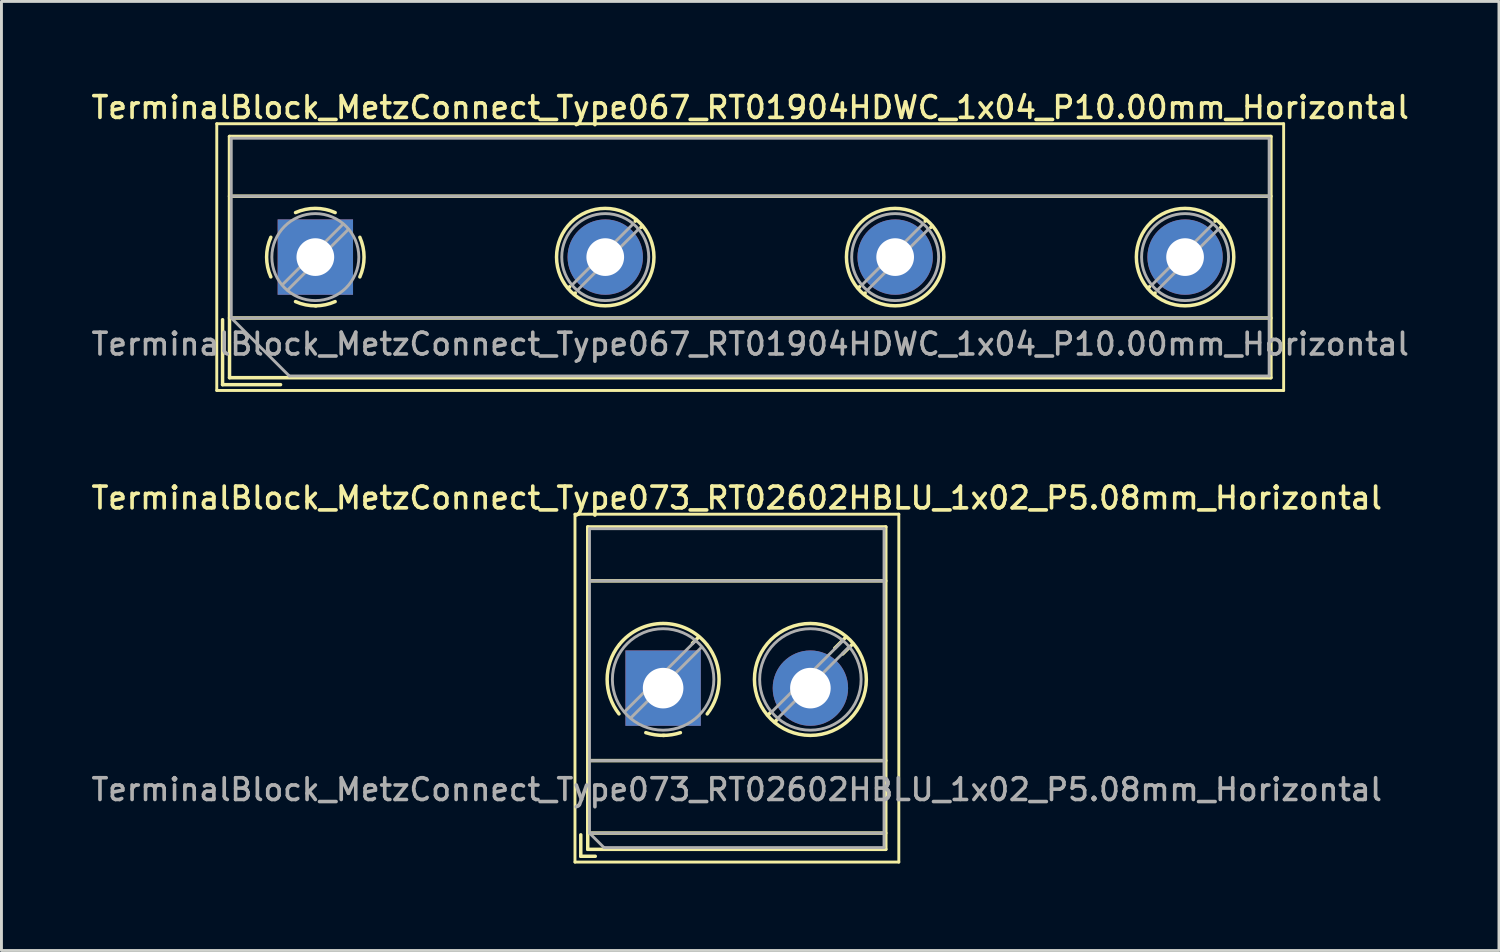
<source format=kicad_pcb>
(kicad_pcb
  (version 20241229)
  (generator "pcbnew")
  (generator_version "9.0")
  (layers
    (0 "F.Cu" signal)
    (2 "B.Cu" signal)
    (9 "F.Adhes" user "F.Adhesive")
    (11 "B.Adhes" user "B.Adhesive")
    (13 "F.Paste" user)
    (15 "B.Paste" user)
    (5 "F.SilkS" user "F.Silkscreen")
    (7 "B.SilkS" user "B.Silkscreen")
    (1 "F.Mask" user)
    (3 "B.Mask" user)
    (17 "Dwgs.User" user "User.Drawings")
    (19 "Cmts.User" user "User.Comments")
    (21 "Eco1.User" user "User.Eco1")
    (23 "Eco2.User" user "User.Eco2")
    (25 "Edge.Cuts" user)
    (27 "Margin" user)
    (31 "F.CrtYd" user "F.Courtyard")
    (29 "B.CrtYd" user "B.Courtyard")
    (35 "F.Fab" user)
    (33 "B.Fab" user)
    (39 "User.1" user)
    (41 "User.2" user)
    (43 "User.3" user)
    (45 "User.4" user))
  (footprint "TerminalBlock_MetzConnect_Type073_RT02602HBLU_1x02_P5.08mm_Horizontal"
    (layer "F.Cu")
    (at 19.823 20.686)
    (property "Reference" "TerminalBlock_MetzConnect_Type073_RT02602HBLU_1x02_P5.08mm_Horizontal" (at 2.54 -6.56 0) (layer "F.SilkS") (effects (font (size 0.75 0.75) (thickness 0.125))))
    (attr through_hole)
    (fp_line (start -3.04 -6) (end -3.04 6) (stroke (width 0.1) (type solid)) (layer "F.SilkS"))
    (fp_line (start -3.04 6) (end 8.13 6) (stroke (width 0.1) (type solid)) (layer "F.SilkS"))
    (fp_line (start -2.84 5.06) (end -2.84 5.8) (stroke (width 0.12) (type solid)) (layer "F.SilkS"))
    (fp_line (start -2.84 5.8) (end -2.34 5.8) (stroke (width 0.12) (type solid)) (layer "F.SilkS"))
    (fp_line (start -2.6 -5.56) (end -2.6 5.56) (stroke (width 0.12) (type solid)) (layer "F.SilkS"))
    (fp_line (start -2.6 -5.56) (end 7.68 -5.56) (stroke (width 0.12) (type solid)) (layer "F.SilkS"))
    (fp_line (start -2.6 -3.7) (end 7.68 -3.7) (stroke (width 0.12) (type solid)) (layer "F.SilkS"))
    (fp_line (start -2.6 2.5) (end 7.68 2.5) (stroke (width 0.12) (type solid)) (layer "F.SilkS"))
    (fp_line (start -2.6 5) (end 7.68 5) (stroke (width 0.12) (type solid)) (layer "F.SilkS"))
    (fp_line (start -2.6 5.56) (end 7.68 5.56) (stroke (width 0.12) (type solid)) (layer "F.SilkS"))
    (fp_line (start 1.229 -1.764) (end 1.013 -1.549) (stroke (width 0.12) (type solid)) (layer "F.SilkS"))
    (fp_line (start 3.724 0.821) (end 3.617 0.928) (stroke (width 0.12) (type solid)) (layer "F.SilkS"))
    (fp_line (start 3.933 1.083) (end 3.852 1.164) (stroke (width 0.12) (type solid)) (layer "F.SilkS"))
    (fp_line (start 6.309 -1.764) (end 5.918 -1.374) (stroke (width 0.12) (type solid)) (layer "F.SilkS"))
    (fp_line (start 6.544 -1.529) (end 6.194 -1.179) (stroke (width 0.12) (type solid)) (layer "F.SilkS"))
    (fp_line (start 7.68 -5.56) (end 7.68 5.56) (stroke (width 0.12) (type solid)) (layer "F.SilkS"))
    (fp_line (start 8.13 -6) (end -3.04 -6) (stroke (width 0.1) (type solid)) (layer "F.SilkS"))
    (fp_line (start 8.13 6) (end 8.13 -6) (stroke (width 0.1) (type solid)) (layer "F.SilkS"))
    (fp_arc (start -1.521645 0.888175) (mid -1.930586 -0.300524) (end -1.521 -1.489) (stroke (width 0.12) (type solid)) (layer "F.SilkS"))
    (fp_arc (start -1.500317 -1.514609) (mid -0.000252 -2.230344) (end 1.5 -1.515) (stroke (width 0.12) (type solid)) (layer "F.SilkS"))
    (fp_arc (start 0.033269 1.630336) (mid -0.285785 1.609354) (end -0.597 1.536) (stroke (width 0.12) (type solid)) (layer "F.SilkS"))
    (fp_arc (start 0.596403 1.535539) (mid 0.301919 1.606238) (end 0 1.63) (stroke (width 0.12) (type solid)) (layer "F.SilkS"))
    (fp_arc (start 1.521645 -1.488175) (mid 1.930586 -0.299476) (end 1.521 0.889) (stroke (width 0.12) (type solid)) (layer "F.SilkS"))
    (fp_arc (start 5.08 1.63) (mid 5.08 -2.23) (end 5.08 1.63) (stroke (width 0.12) (type solid)) (layer "F.SilkS"))
    (fp_line (start -2.54 -5.5) (end 7.62 -5.5) (stroke (width 0.1) (type solid)) (layer "F.Fab"))
    (fp_line (start -2.54 -3.7) (end 7.62 -3.7) (stroke (width 0.1) (type solid)) (layer "F.Fab"))
    (fp_line (start -2.54 2.5) (end 7.62 2.5) (stroke (width 0.1) (type solid)) (layer "F.Fab"))
    (fp_line (start -2.54 5) (end -2.54 -5.5) (stroke (width 0.1) (type solid)) (layer "F.Fab"))
    (fp_line (start -2.54 5) (end 7.62 5) (stroke (width 0.1) (type solid)) (layer "F.Fab"))
    (fp_line (start -2.04 5.5) (end -2.54 5) (stroke (width 0.1) (type solid)) (layer "F.Fab"))
    (fp_line (start 1.114 -1.628) (end -1.328 0.814) (stroke (width 0.1) (type solid)) (layer "F.Fab"))
    (fp_line (start 1.328 -1.414) (end -1.114 1.027) (stroke (width 0.1) (type solid)) (layer "F.Fab"))
    (fp_line (start 6.194 -1.628) (end 3.753 0.814) (stroke (width 0.1) (type solid)) (layer "F.Fab"))
    (fp_line (start 6.408 -1.414) (end 3.967 1.027) (stroke (width 0.1) (type solid)) (layer "F.Fab"))
    (fp_line (start 7.62 -5.5) (end 7.62 5.5) (stroke (width 0.1) (type solid)) (layer "F.Fab"))
    (fp_line (start 7.62 5.5) (end -2.04 5.5) (stroke (width 0.1) (type solid)) (layer "F.Fab"))
    (fp_circle (center 0 -0.3) (end 1.75 -0.3) (stroke (width 0.1) (type solid)) (fill no) (layer "F.Fab"))
    (fp_circle (center 5.08 -0.3) (end 6.83 -0.3) (stroke (width 0.1) (type solid)) (fill no) (layer "F.Fab"))
    (fp_text user "${REFERENCE}" (at 2.54 3.5 0) (layer "F.Fab") (effects (font (size 0.75 0.75) (thickness 0.125))))
    (pad "1" thru_hole rect (at 0 0) (size 2.6 2.6) (drill 1.4) (layers "*.Cu" "*.Mask"))
    (pad "2" thru_hole circle (at 5.08 0) (size 2.6 2.6) (drill 1.4) (layers "*.Cu" "*.Mask")))
  (footprint "TerminalBlock_MetzConnect_Type067_RT01904HDWC_1x04_P10.00mm_Horizontal"
    (layer "F.Cu")
    (at 7.827 5.818)
    (property "Reference" "TerminalBlock_MetzConnect_Type067_RT01904HDWC_1x04_P10.00mm_Horizontal" (at 15 -5.16 0) (layer "F.SilkS") (effects (font (size 0.75 0.75) (thickness 0.125))))
    (attr through_hole)
    (fp_line (start -3.4 -4.6) (end -3.4 4.6) (stroke (width 0.1) (type solid)) (layer "F.SilkS"))
    (fp_line (start -3.4 4.6) (end 33.4 4.6) (stroke (width 0.1) (type solid)) (layer "F.SilkS"))
    (fp_line (start -3.2 2.16) (end -3.2 4.4) (stroke (width 0.12) (type solid)) (layer "F.SilkS"))
    (fp_line (start -3.2 4.4) (end -1.2 4.4) (stroke (width 0.12) (type solid)) (layer "F.SilkS"))
    (fp_line (start -2.96 -4.16) (end -2.96 4.16) (stroke (width 0.12) (type solid)) (layer "F.SilkS"))
    (fp_line (start -2.96 -4.16) (end 32.96 -4.16) (stroke (width 0.12) (type solid)) (layer "F.SilkS"))
    (fp_line (start -2.96 -2.1) (end 32.96 -2.1) (stroke (width 0.12) (type solid)) (layer "F.SilkS"))
    (fp_line (start -2.96 2.1) (end 32.96 2.1) (stroke (width 0.12) (type solid)) (layer "F.SilkS"))
    (fp_line (start -2.96 4.16) (end 32.96 4.16) (stroke (width 0.12) (type solid)) (layer "F.SilkS"))
    (fp_line (start 8.773 1.023) (end 8.726 1.069) (stroke (width 0.12) (type solid)) (layer "F.SilkS"))
    (fp_line (start 8.966 1.239) (end 8.931 1.274) (stroke (width 0.12) (type solid)) (layer "F.SilkS"))
    (fp_line (start 11.07 -1.275) (end 11.035 -1.239) (stroke (width 0.12) (type solid)) (layer "F.SilkS"))
    (fp_line (start 11.275 -1.069) (end 11.228 -1.023) (stroke (width 0.12) (type solid)) (layer "F.SilkS"))
    (fp_line (start 18.773 1.023) (end 18.726 1.069) (stroke (width 0.12) (type solid)) (layer "F.SilkS"))
    (fp_line (start 18.966 1.239) (end 18.931 1.274) (stroke (width 0.12) (type solid)) (layer "F.SilkS"))
    (fp_line (start 21.07 -1.275) (end 21.035 -1.239) (stroke (width 0.12) (type solid)) (layer "F.SilkS"))
    (fp_line (start 21.275 -1.069) (end 21.228 -1.023) (stroke (width 0.12) (type solid)) (layer "F.SilkS"))
    (fp_line (start 28.773 1.023) (end 28.726 1.069) (stroke (width 0.12) (type solid)) (layer "F.SilkS"))
    (fp_line (start 28.966 1.239) (end 28.931 1.274) (stroke (width 0.12) (type solid)) (layer "F.SilkS"))
    (fp_line (start 31.07 -1.275) (end 31.035 -1.239) (stroke (width 0.12) (type solid)) (layer "F.SilkS"))
    (fp_line (start 31.275 -1.069) (end 31.228 -1.023) (stroke (width 0.12) (type solid)) (layer "F.SilkS"))
    (fp_line (start 32.96 -4.16) (end 32.96 4.16) (stroke (width 0.12) (type solid)) (layer "F.SilkS"))
    (fp_line (start 33.4 -4.6) (end -3.4 -4.6) (stroke (width 0.1) (type solid)) (layer "F.SilkS"))
    (fp_line (start 33.4 4.6) (end 33.4 -4.6) (stroke (width 0.1) (type solid)) (layer "F.SilkS"))
    (fp_arc (start -1.535427 0.683042) (mid -1.680501 -0.000524) (end -1.535 -0.684) (stroke (width 0.12) (type solid)) (layer "F.SilkS"))
    (fp_arc (start -0.683042 -1.535427) (mid 0.000524 -1.680501) (end 0.684 -1.535) (stroke (width 0.12) (type solid)) (layer "F.SilkS"))
    (fp_arc (start 0.028805 1.680253) (mid -0.335551 1.646659) (end -0.684 1.535) (stroke (width 0.12) (type solid)) (layer "F.SilkS"))
    (fp_arc (start 0.683318 1.534756) (mid 0.349292 1.643288) (end 0 1.68) (stroke (width 0.12) (type solid)) (layer "F.SilkS"))
    (fp_arc (start 1.535427 -0.683042) (mid 1.680501 0.000524) (end 1.535 0.684) (stroke (width 0.12) (type solid)) (layer "F.SilkS"))
    (fp_circle (center 10 0) (end 11.68 0) (stroke (width 0.12) (type solid)) (fill no) (layer "F.SilkS"))
    (fp_circle (center 20 0) (end 21.68 0) (stroke (width 0.12) (type solid)) (fill no) (layer "F.SilkS"))
    (fp_circle (center 30 0) (end 31.68 0) (stroke (width 0.12) (type solid)) (fill no) (layer "F.SilkS"))
    (fp_line (start -2.9 -4.1) (end 32.9 -4.1) (stroke (width 0.1) (type solid)) (layer "F.Fab"))
    (fp_line (start -2.9 -2.1) (end 32.9 -2.1) (stroke (width 0.1) (type solid)) (layer "F.Fab"))
    (fp_line (start -2.9 2.1) (end -2.9 -4.1) (stroke (width 0.1) (type solid)) (layer "F.Fab"))
    (fp_line (start -2.9 2.1) (end 32.9 2.1) (stroke (width 0.1) (type solid)) (layer "F.Fab"))
    (fp_line (start -0.9 4.1) (end -2.9 2.1) (stroke (width 0.1) (type solid)) (layer "F.Fab"))
    (fp_line (start 0.955 -1.138) (end -1.138 0.955) (stroke (width 0.1) (type solid)) (layer "F.Fab"))
    (fp_line (start 1.138 -0.955) (end -0.955 1.138) (stroke (width 0.1) (type solid)) (layer "F.Fab"))
    (fp_line (start 10.955 -1.138) (end 8.863 0.955) (stroke (width 0.1) (type solid)) (layer "F.Fab"))
    (fp_line (start 11.138 -0.955) (end 9.046 1.138) (stroke (width 0.1) (type solid)) (layer "F.Fab"))
    (fp_line (start 20.955 -1.138) (end 18.863 0.955) (stroke (width 0.1) (type solid)) (layer "F.Fab"))
    (fp_line (start 21.138 -0.955) (end 19.046 1.138) (stroke (width 0.1) (type solid)) (layer "F.Fab"))
    (fp_line (start 30.955 -1.138) (end 28.863 0.955) (stroke (width 0.1) (type solid)) (layer "F.Fab"))
    (fp_line (start 31.138 -0.955) (end 29.046 1.138) (stroke (width 0.1) (type solid)) (layer "F.Fab"))
    (fp_line (start 32.9 -4.1) (end 32.9 4.1) (stroke (width 0.1) (type solid)) (layer "F.Fab"))
    (fp_line (start 32.9 4.1) (end -0.9 4.1) (stroke (width 0.1) (type solid)) (layer "F.Fab"))
    (fp_circle (center 0 0) (end 1.5 0) (stroke (width 0.1) (type solid)) (fill no) (layer "F.Fab"))
    (fp_circle (center 10 0) (end 11.5 0) (stroke (width 0.1) (type solid)) (fill no) (layer "F.Fab"))
    (fp_circle (center 20 0) (end 21.5 0) (stroke (width 0.1) (type solid)) (fill no) (layer "F.Fab"))
    (fp_circle (center 30 0) (end 31.5 0) (stroke (width 0.1) (type solid)) (fill no) (layer "F.Fab"))
    (fp_text user "${REFERENCE}" (at 15 3 0) (layer "F.Fab") (effects (font (size 0.75 0.75) (thickness 0.125))))
    (pad "1" thru_hole rect (at 0 0) (size 2.6 2.6) (drill 1.3) (layers "*.Cu" "*.Mask"))
    (pad "2" thru_hole circle (at 10 0) (size 2.6 2.6) (drill 1.3) (layers "*.Cu" "*.Mask"))
    (pad "3" thru_hole circle (at 20 0) (size 2.6 2.6) (drill 1.3) (layers "*.Cu" "*.Mask"))
    (pad "4" thru_hole circle (at 30 0) (size 2.6 2.6) (drill 1.3) (layers "*.Cu" "*.Mask")))
  (gr_rect
    (start -3 -3)
    (end 48.654 29.736)
    (stroke (width 0.1) (type default))
    (fill no)
    (layer "Edge.Cuts")))
</source>
